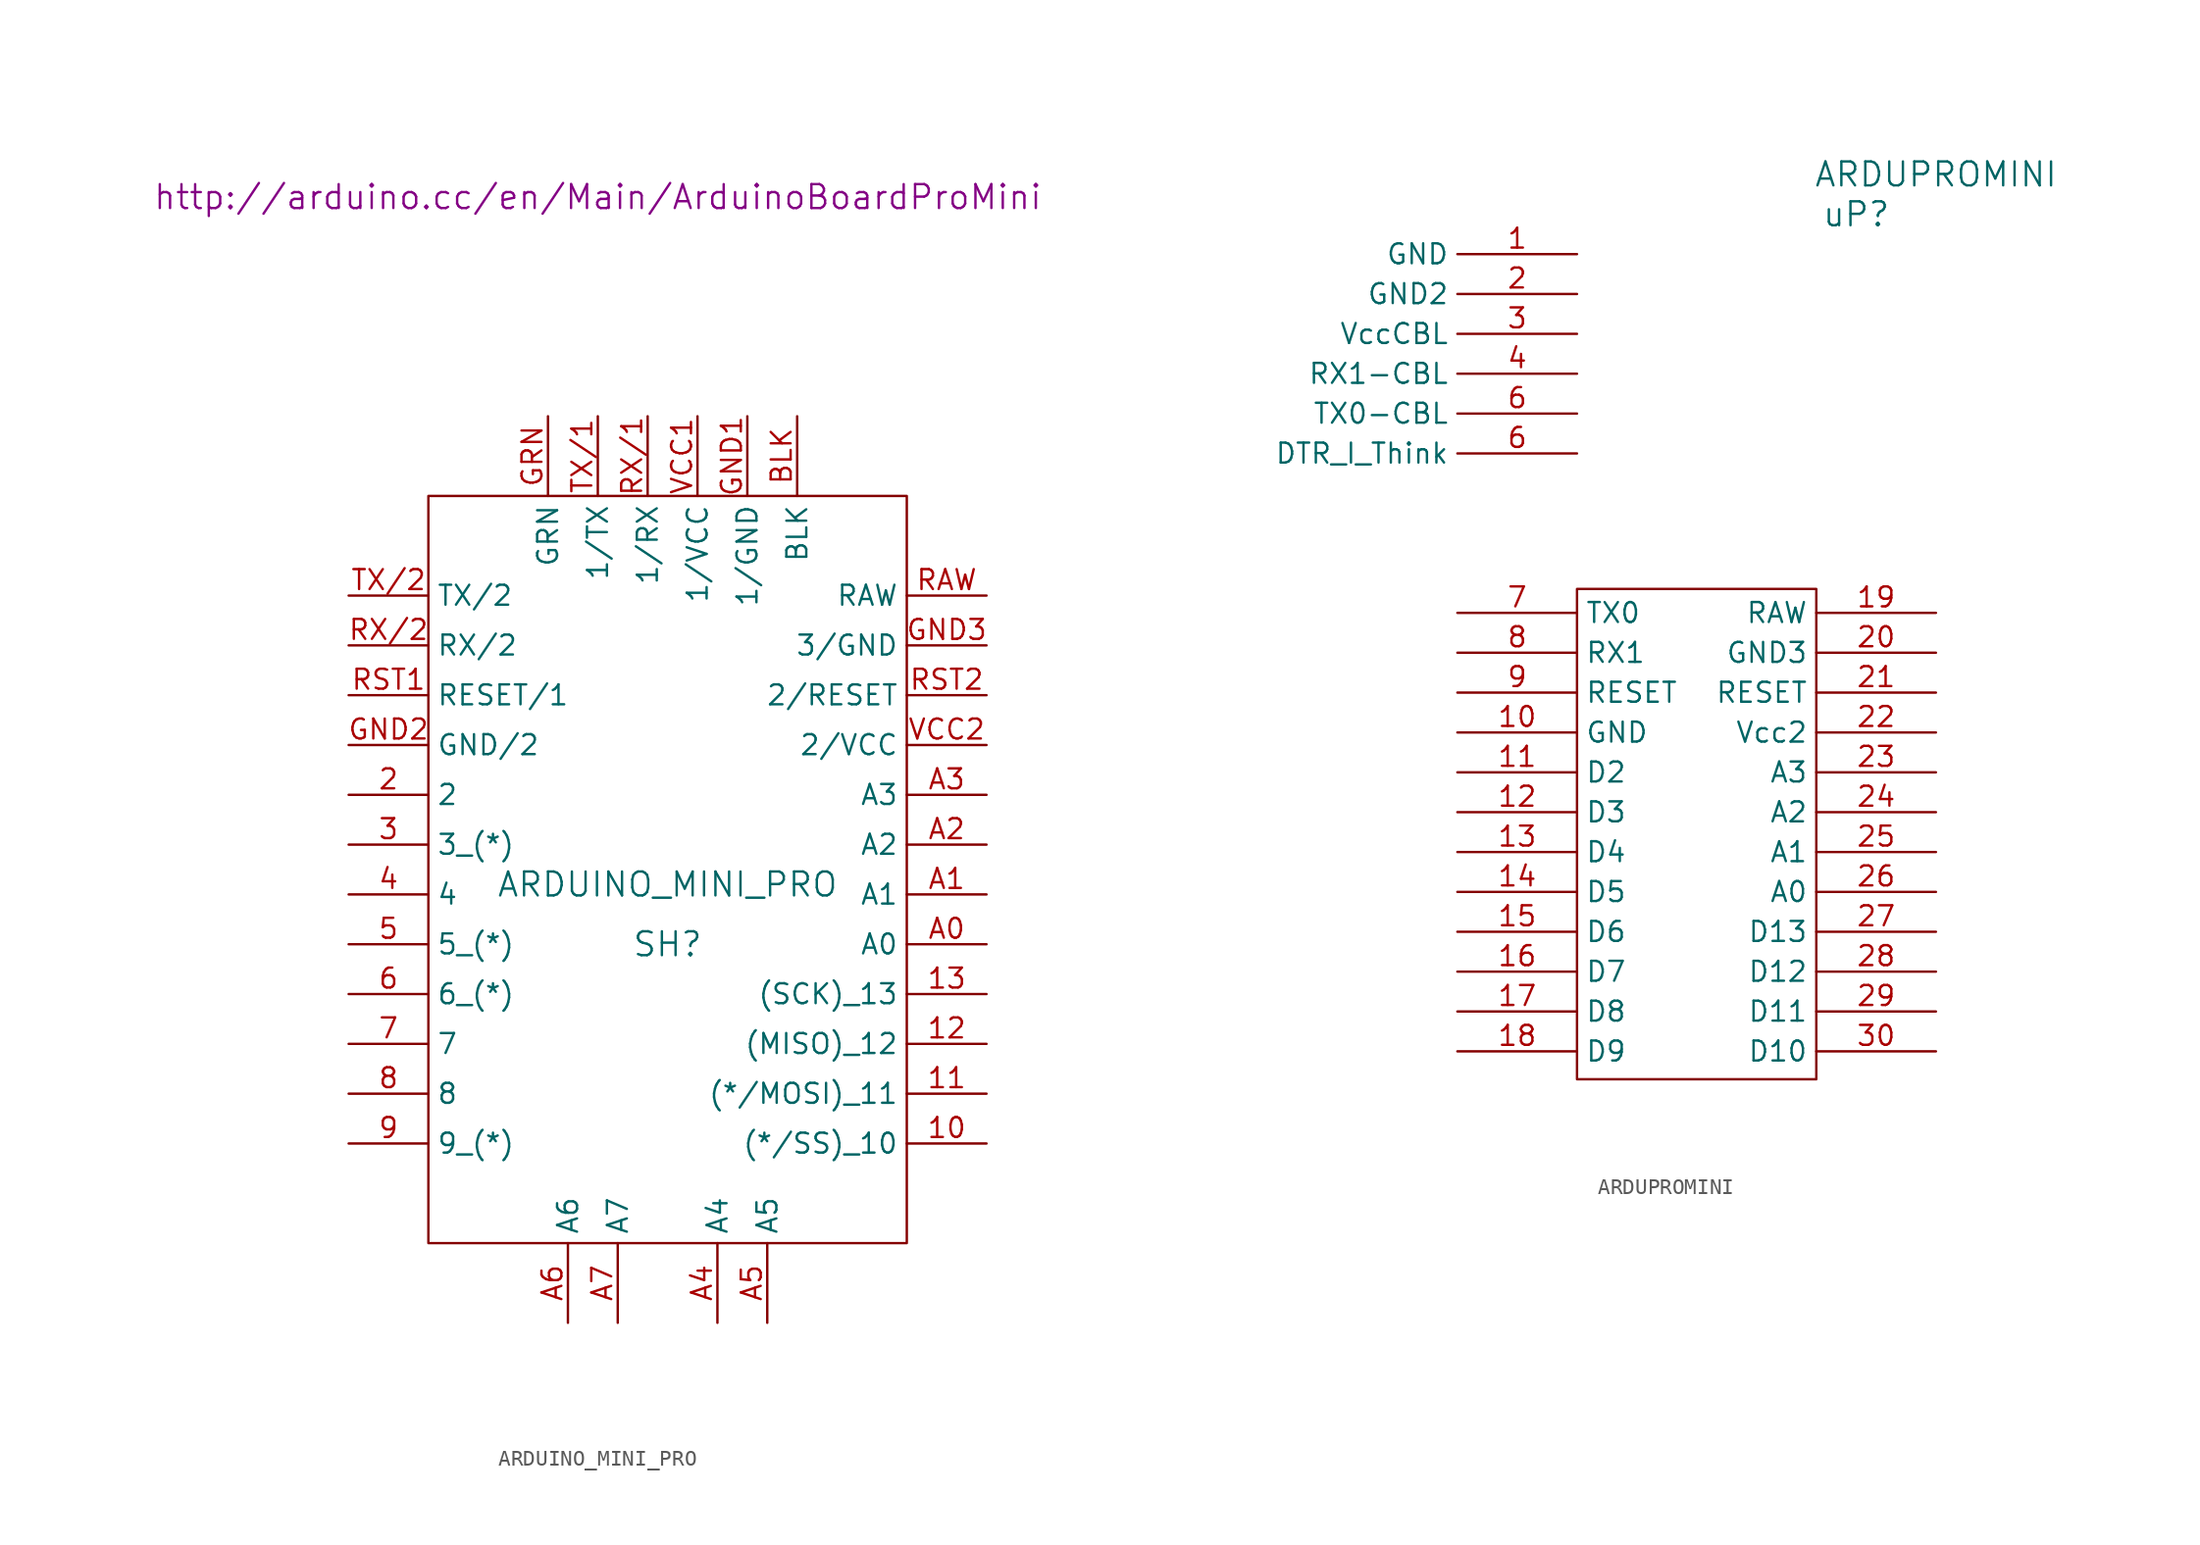
<source format=kicad_sym>
(kicad_symbol_lib
  (version 20220102)
  (generator kicad_symbol_editor)
  (symbol "ARDUINO_MINI_PRO"
    (property "Reference" "SH"
      (at 0 -3.81 0)
      (effects (font (size 1.524 1.524))))
    (property "Value" "ARDUINO_MINI_PRO"
      (at 0 0 0)
      (effects (font (size 1.524 1.524))))
    (property "Footprint" ""
      (at -4.445 43.815 0)
      (effects (font (size 1.524 1.524))))
    (property "Datasheet" "http://arduino.cc/en/Main/ArduinoBoardProMini"
      (at -4.445 43.815 0)
      (effects (font (size 1.524 1.524))))
    (symbol "ARDUINO_MINI_PRO_0_1"
      (rectangle (start 15.24 24.765) (end -15.24 -22.86) (stroke (width 0) (type default)) (fill (type none))))
    (symbol "ARDUINO_MINI_PRO_1_1"
      (pin input line (at 20.32 -16.51 180) (length 5.08) (name "(*/SS)_10" (effects (font (size 1.27 1.27)))) (number "10" (effects (font (size 1.27 1.27)))))
      (pin input line (at 20.32 -13.335 180) (length 5.08) (name "(*/MOSI)_11" (effects (font (size 1.27 1.27)))) (number "11" (effects (font (size 1.27 1.27)))))
      (pin input line (at 20.32 -10.16 180) (length 5.08) (name "(MISO)_12" (effects (font (size 1.27 1.27)))) (number "12" (effects (font (size 1.27 1.27)))))
      (pin input line (at 20.32 -6.985 180) (length 5.08) (name "(SCK)_13" (effects (font (size 1.27 1.27)))) (number "13" (effects (font (size 1.27 1.27)))))
      (pin input line (at -20.32 5.715 0) (length 5.08) (name "2" (effects (font (size 1.27 1.27)))) (number "2" (effects (font (size 1.27 1.27)))))
      (pin input line (at -20.32 2.54 0) (length 5.08) (name "3_(*)" (effects (font (size 1.27 1.27)))) (number "3" (effects (font (size 1.27 1.27)))))
      (pin input line (at -20.32 -0.635 0) (length 5.08) (name "4" (effects (font (size 1.27 1.27)))) (number "4" (effects (font (size 1.27 1.27)))))
      (pin input line (at -20.32 -3.81 0) (length 5.08) (name "5_(*)" (effects (font (size 1.27 1.27)))) (number "5" (effects (font (size 1.27 1.27)))))
      (pin input line (at -20.32 -6.985 0) (length 5.08) (name "6_(*)" (effects (font (size 1.27 1.27)))) (number "6" (effects (font (size 1.27 1.27)))))
      (pin input line (at -20.32 -10.16 0) (length 5.08) (name "7" (effects (font (size 1.27 1.27)))) (number "7" (effects (font (size 1.27 1.27)))))
      (pin input line (at -20.32 -13.335 0) (length 5.08) (name "8" (effects (font (size 1.27 1.27)))) (number "8" (effects (font (size 1.27 1.27)))))
      (pin input line (at -20.32 -16.51 0) (length 5.08) (name "9_(*)" (effects (font (size 1.27 1.27)))) (number "9" (effects (font (size 1.27 1.27)))))
      (pin input line (at 20.32 -3.81 180) (length 5.08) (name "A0" (effects (font (size 1.27 1.27)))) (number "A0" (effects (font (size 1.27 1.27)))))
      (pin input line (at 20.32 -0.635 180) (length 5.08) (name "A1" (effects (font (size 1.27 1.27)))) (number "A1" (effects (font (size 1.27 1.27)))))
      (pin input line (at 20.32 2.54 180) (length 5.08) (name "A2" (effects (font (size 1.27 1.27)))) (number "A2" (effects (font (size 1.27 1.27)))))
      (pin input line (at 20.32 5.715 180) (length 5.08) (name "A3" (effects (font (size 1.27 1.27)))) (number "A3" (effects (font (size 1.27 1.27)))))
      (pin input line (at 3.175 -27.94 90) (length 5.08) (name "A4" (effects (font (size 1.27 1.27)))) (number "A4" (effects (font (size 1.27 1.27)))))
      (pin input line (at 6.35 -27.94 90) (length 5.08) (name "A5" (effects (font (size 1.27 1.27)))) (number "A5" (effects (font (size 1.27 1.27)))))
      (pin input line (at -6.35 -27.94 90) (length 5.08) (name "A6" (effects (font (size 1.27 1.27)))) (number "A6" (effects (font (size 1.27 1.27)))))
      (pin input line (at -3.175 -27.94 90) (length 5.08) (name "A7" (effects (font (size 1.27 1.27)))) (number "A7" (effects (font (size 1.27 1.27)))))
      (pin input line (at 8.255 29.845 270) (length 5.08) (name "BLK" (effects (font (size 1.27 1.27)))) (number "BLK" (effects (font (size 1.27 1.27)))))
      (pin input line (at 5.08 29.845 270) (length 5.08) (name "1/GND" (effects (font (size 1.27 1.27)))) (number "GND1" (effects (font (size 1.27 1.27)))))
      (pin input line (at -20.32 8.89 0) (length 5.08) (name "GND/2" (effects (font (size 1.27 1.27)))) (number "GND2" (effects (font (size 1.27 1.27)))))
      (pin input line (at 20.32 15.24 180) (length 5.08) (name "3/GND" (effects (font (size 1.27 1.27)))) (number "GND3" (effects (font (size 1.27 1.27)))))
      (pin input line (at -7.62 29.845 270) (length 5.08) (name "GRN" (effects (font (size 1.27 1.27)))) (number "GRN" (effects (font (size 1.27 1.27)))))
      (pin input line (at 20.32 18.415 180) (length 5.08) (name "RAW" (effects (font (size 1.27 1.27)))) (number "RAW" (effects (font (size 1.27 1.27)))))
      (pin input line (at -20.32 12.065 0) (length 5.08) (name "RESET/1" (effects (font (size 1.27 1.27)))) (number "RST1" (effects (font (size 1.27 1.27)))))
      (pin input line (at 20.32 12.065 180) (length 5.08) (name "2/RESET" (effects (font (size 1.27 1.27)))) (number "RST2" (effects (font (size 1.27 1.27)))))
      (pin input line (at -1.27 29.845 270) (length 5.08) (name "1/RX" (effects (font (size 1.27 1.27)))) (number "RX/1" (effects (font (size 1.27 1.27)))))
      (pin input line (at -20.32 15.24 0) (length 5.08) (name "RX/2" (effects (font (size 1.27 1.27)))) (number "RX/2" (effects (font (size 1.27 1.27)))))
      (pin input line (at -4.445 29.845 270) (length 5.08) (name "1/TX" (effects (font (size 1.27 1.27)))) (number "TX/1" (effects (font (size 1.27 1.27)))))
      (pin input line (at -20.32 18.415 0) (length 5.08) (name "TX/2" (effects (font (size 1.27 1.27)))) (number "TX/2" (effects (font (size 1.27 1.27)))))
      (pin input line (at 1.905 29.845 270) (length 5.08) (name "1/VCC" (effects (font (size 1.27 1.27)))) (number "VCC1" (effects (font (size 1.27 1.27)))))
      (pin input line (at 20.32 8.89 180) (length 5.08) (name "2/VCC" (effects (font (size 1.27 1.27)))) (number "VCC2" (effects (font (size 1.27 1.27)))))))
  (symbol "ARDUPROMINI"
    (property "Reference" "uP"
      (at -5.08 -2.54 0)
      (effects (font (size 1.524 1.524))))
    (property "Value" "ARDUPROMINI"
      (at 0 0 0)
      (effects (font (size 1.524 1.524))))
    (property "Footprint" ""
      (at 0 0 0)
      (effects (font (size 1.524 1.524))))
    (property "Datasheet" ""
      (at 0 0 0)
      (effects (font (size 1.524 1.524))))
    (symbol "ARDUPROMINI_0_1"
      (rectangle (start -22.86 -57.658) (end -7.62 -26.416) (stroke (width 0) (type default)) (fill (type none))))
    (symbol "ARDUPROMINI_1_1"
      (pin unspecified line (at -22.86 -5.08 180) (length 7.62) (name "GND" (effects (font (size 1.27 1.27)))) (number "1" (effects (font (size 1.27 1.27)))))
      (pin unspecified line (at -30.48 -35.56 0) (length 7.62) (name "GND" (effects (font (size 1.27 1.27)))) (number "10" (effects (font (size 1.27 1.27)))))
      (pin bidirectional line (at -30.48 -38.1 0) (length 7.62) (name "D2" (effects (font (size 1.27 1.27)))) (number "11" (effects (font (size 1.27 1.27)))))
      (pin bidirectional line (at -30.48 -40.64 0) (length 7.62) (name "D3" (effects (font (size 1.27 1.27)))) (number "12" (effects (font (size 1.27 1.27)))))
      (pin bidirectional line (at -30.48 -43.18 0) (length 7.62) (name "D4" (effects (font (size 1.27 1.27)))) (number "13" (effects (font (size 1.27 1.27)))))
      (pin bidirectional line (at -30.48 -45.72 0) (length 7.62) (name "D5" (effects (font (size 1.27 1.27)))) (number "14" (effects (font (size 1.27 1.27)))))
      (pin bidirectional line (at -30.48 -48.26 0) (length 7.62) (name "D6" (effects (font (size 1.27 1.27)))) (number "15" (effects (font (size 1.27 1.27)))))
      (pin bidirectional line (at -30.48 -50.8 0) (length 7.62) (name "D7" (effects (font (size 1.27 1.27)))) (number "16" (effects (font (size 1.27 1.27)))))
      (pin bidirectional line (at -30.48 -53.34 0) (length 7.62) (name "D8" (effects (font (size 1.27 1.27)))) (number "17" (effects (font (size 1.27 1.27)))))
      (pin bidirectional line (at -30.48 -55.88 0) (length 7.62) (name "D9" (effects (font (size 1.27 1.27)))) (number "18" (effects (font (size 1.27 1.27)))))
      (pin unspecified line (at 0 -27.94 180) (length 7.62) (name "RAW" (effects (font (size 1.27 1.27)))) (number "19" (effects (font (size 1.27 1.27)))))
      (pin unspecified line (at -22.86 -7.62 180) (length 7.62) (name "GND2" (effects (font (size 1.27 1.27)))) (number "2" (effects (font (size 1.27 1.27)))))
      (pin unspecified line (at 0 -30.48 180) (length 7.62) (name "GND3" (effects (font (size 1.27 1.27)))) (number "20" (effects (font (size 1.27 1.27)))))
      (pin input line (at 0 -33.02 180) (length 7.62) (name "RESET" (effects (font (size 1.27 1.27)))) (number "21" (effects (font (size 1.27 1.27)))))
      (pin unspecified line (at 0 -35.56 180) (length 7.62) (name "Vcc2" (effects (font (size 1.27 1.27)))) (number "22" (effects (font (size 1.27 1.27)))))
      (pin bidirectional line (at 0 -38.1 180) (length 7.62) (name "A3" (effects (font (size 1.27 1.27)))) (number "23" (effects (font (size 1.27 1.27)))))
      (pin bidirectional line (at 0 -40.64 180) (length 7.62) (name "A2" (effects (font (size 1.27 1.27)))) (number "24" (effects (font (size 1.27 1.27)))))
      (pin bidirectional line (at 0 -43.18 180) (length 7.62) (name "A1" (effects (font (size 1.27 1.27)))) (number "25" (effects (font (size 1.27 1.27)))))
      (pin bidirectional line (at 0 -45.72 180) (length 7.62) (name "A0" (effects (font (size 1.27 1.27)))) (number "26" (effects (font (size 1.27 1.27)))))
      (pin bidirectional line (at 0 -48.26 180) (length 7.62) (name "D13" (effects (font (size 1.27 1.27)))) (number "27" (effects (font (size 1.27 1.27)))))
      (pin input line (at 0 -50.8 180) (length 7.62) (name "D12" (effects (font (size 1.27 1.27)))) (number "28" (effects (font (size 1.27 1.27)))))
      (pin bidirectional line (at 0 -53.34 180) (length 7.62) (name "D11" (effects (font (size 1.27 1.27)))) (number "29" (effects (font (size 1.27 1.27)))))
      (pin power_in line (at -22.86 -10.16 180) (length 7.62) (name "VccCBL" (effects (font (size 1.27 1.27)))) (number "3" (effects (font (size 1.27 1.27)))))
      (pin bidirectional line (at 0 -55.88 180) (length 7.62) (name "D10" (effects (font (size 1.27 1.27)))) (number "30" (effects (font (size 1.27 1.27)))))
      (pin unspecified line (at -22.86 -12.7 180) (length 7.62) (name "RX1-CBL" (effects (font (size 1.27 1.27)))) (number "4" (effects (font (size 1.27 1.27)))))
      (pin unspecified line (at -22.86 -17.78 180) (length 7.62) (name "DTR_I_Think" (effects (font (size 1.27 1.27)))) (number "6" (effects (font (size 1.27 1.27)))))
      (pin unspecified line (at -22.86 -15.24 180) (length 7.62) (name "TX0-CBL" (effects (font (size 1.27 1.27)))) (number "6" (effects (font (size 1.27 1.27)))))
      (pin bidirectional line (at -30.48 -27.94 0) (length 7.62) (name "TX0" (effects (font (size 1.27 1.27)))) (number "7" (effects (font (size 1.27 1.27)))))
      (pin bidirectional line (at -30.48 -30.48 0) (length 7.62) (name "RX1" (effects (font (size 1.27 1.27)))) (number "8" (effects (font (size 1.27 1.27)))))
      (pin input line (at -30.48 -33.02 0) (length 7.62) (name "RESET" (effects (font (size 1.27 1.27)))) (number "9" (effects (font (size 1.27 1.27))))))))
</source>
